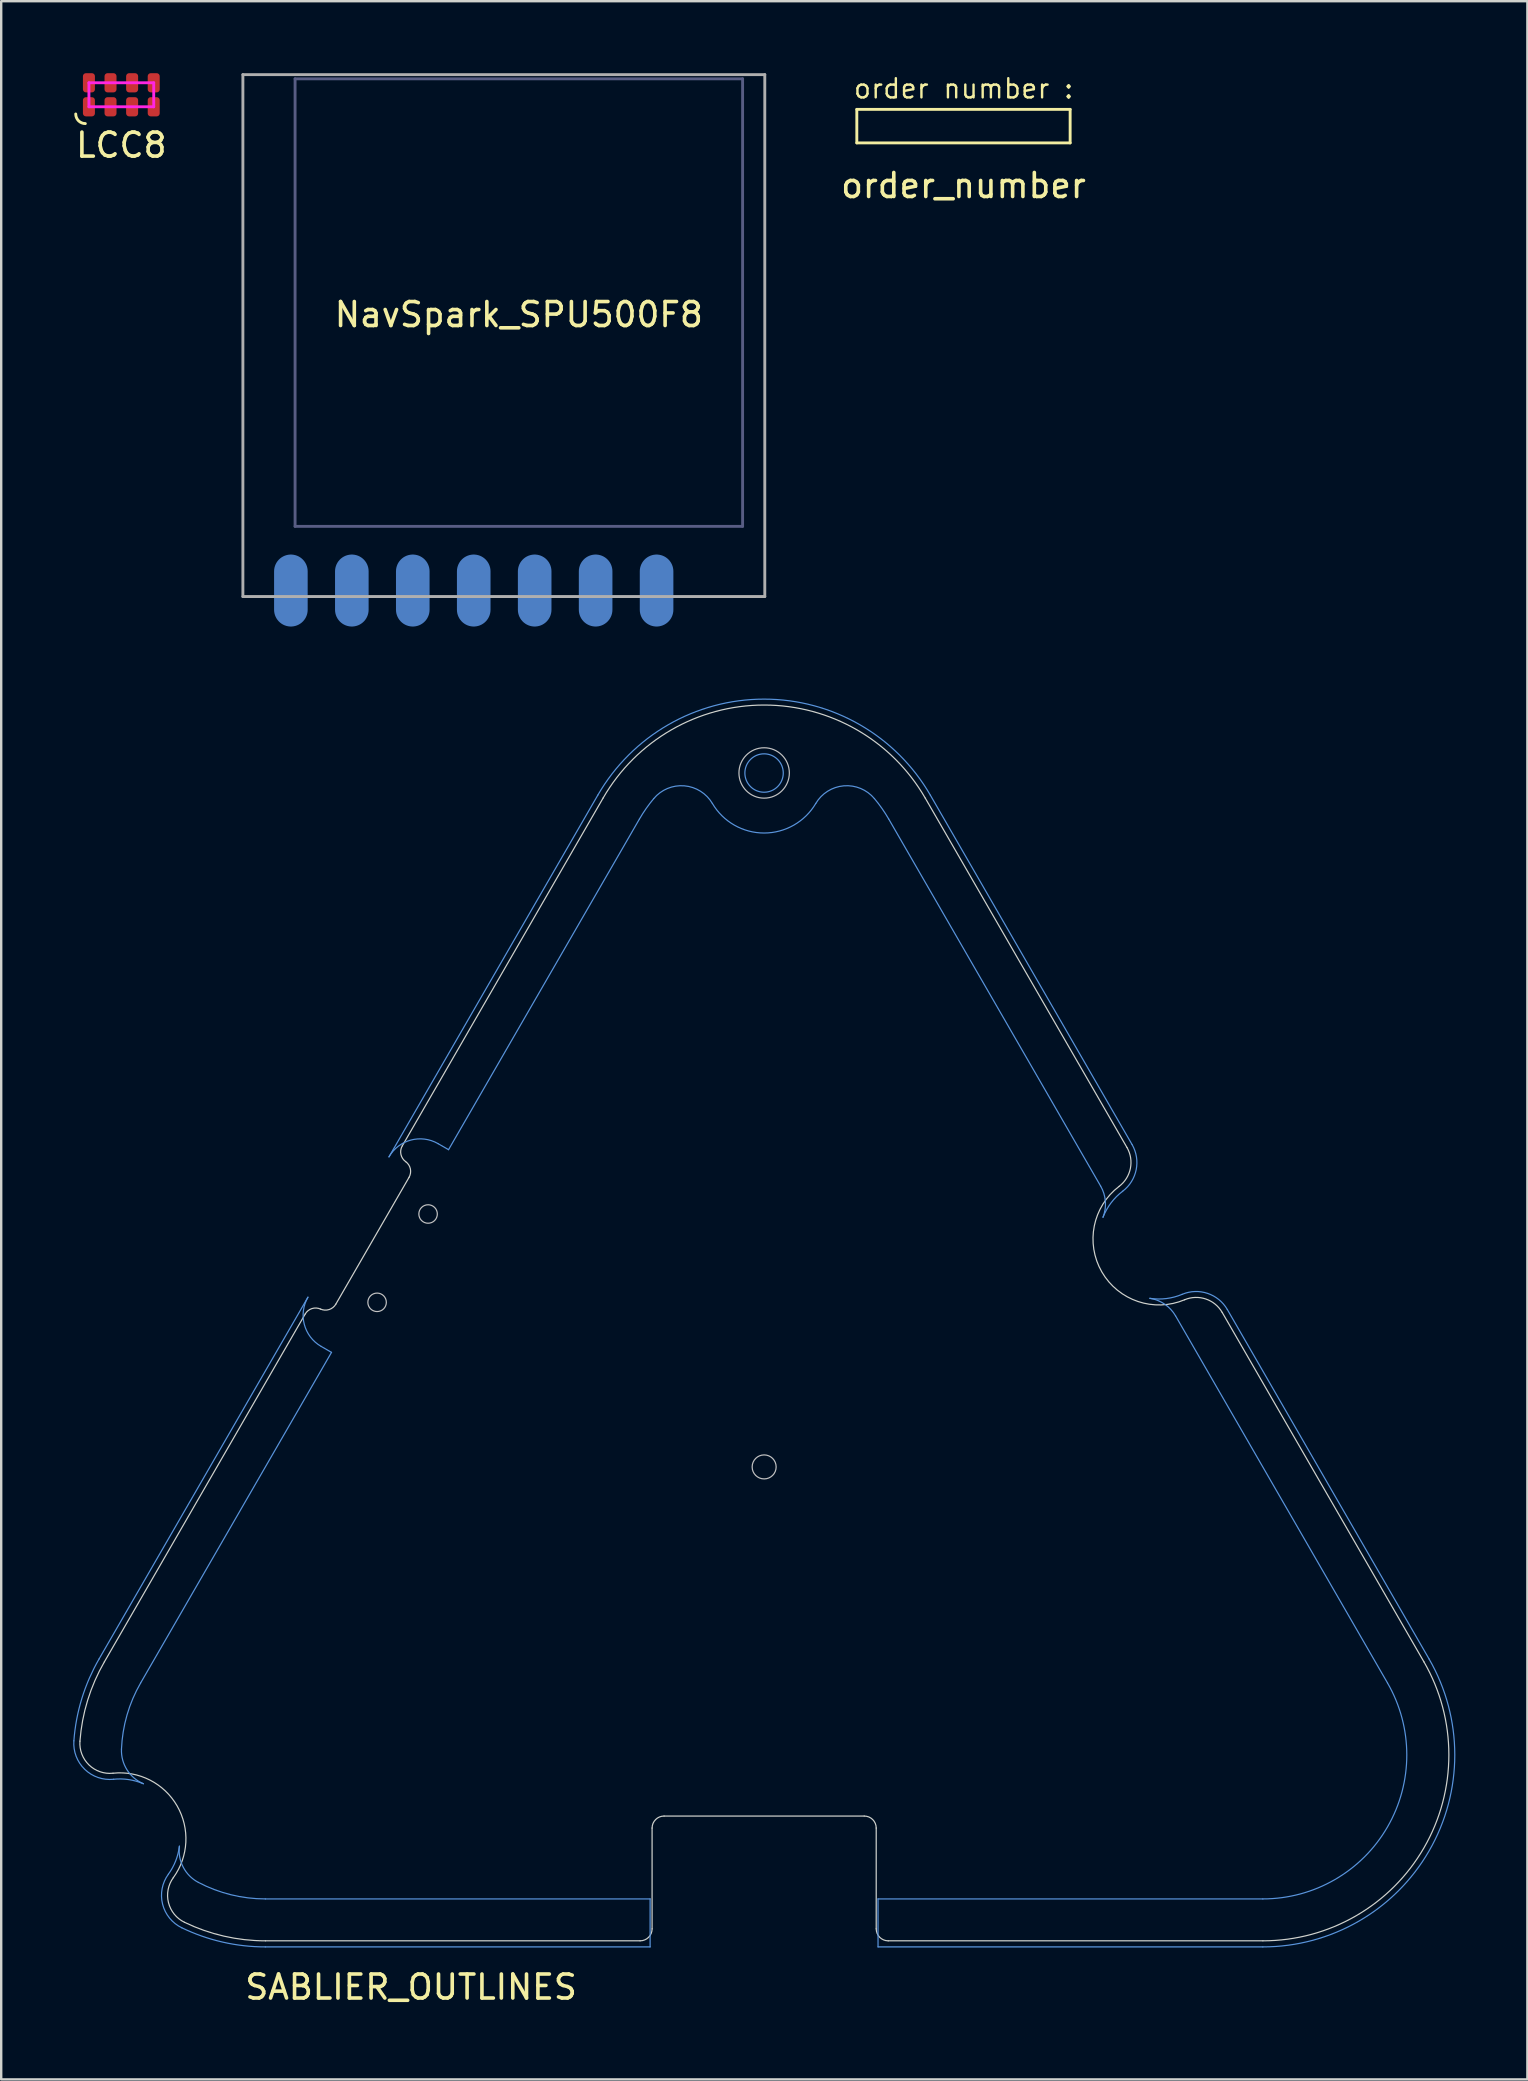
<source format=kicad_pcb>
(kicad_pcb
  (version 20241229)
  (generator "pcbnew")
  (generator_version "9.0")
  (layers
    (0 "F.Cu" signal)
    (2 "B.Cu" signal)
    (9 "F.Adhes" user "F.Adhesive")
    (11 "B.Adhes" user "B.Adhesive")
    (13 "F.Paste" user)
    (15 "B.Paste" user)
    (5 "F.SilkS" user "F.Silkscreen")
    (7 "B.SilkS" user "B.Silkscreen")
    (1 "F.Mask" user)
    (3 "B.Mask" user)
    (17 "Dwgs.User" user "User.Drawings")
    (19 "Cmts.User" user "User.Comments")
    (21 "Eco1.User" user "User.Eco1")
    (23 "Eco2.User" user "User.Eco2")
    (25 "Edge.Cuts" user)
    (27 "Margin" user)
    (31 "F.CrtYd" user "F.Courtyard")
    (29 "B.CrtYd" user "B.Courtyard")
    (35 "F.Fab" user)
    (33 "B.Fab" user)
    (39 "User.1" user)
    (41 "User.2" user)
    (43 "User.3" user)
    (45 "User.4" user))
  (footprint "order_number"
    (layer "F.Cu")
    (at 37.102 2.143)
    (property "Reference" "order_number" (at 0 2.54 0) (layer "F.SilkS") (effects (font (size 1 1) (thickness 0.15))))
    (attr through_hole)
    (fp_line (start -4.445 -0.635) (end 4.445 -0.635) (stroke (width 0.12) (type solid)) (layer "F.SilkS"))
    (fp_line (start -4.445 0.762) (end -4.445 -0.635) (stroke (width 0.12) (type solid)) (layer "F.SilkS"))
    (fp_line (start 4.445 -0.635) (end 4.445 0.762) (stroke (width 0.12) (type solid)) (layer "F.SilkS"))
    (fp_line (start 4.445 0.762) (end -4.445 0.762) (stroke (width 0.12) (type solid)) (layer "F.SilkS"))
    (fp_text user "order number :" (at 0 -1.5 0) (layer "F.SilkS") (effects (font (size 0.8 0.8) (thickness 0.1)))))
  (footprint "NavSpark_SPU500F8"
    (layer "F.Cu")
    (at 18.572 9.56)
    (property "Reference" "NavSpark_SPU500F8" (at 0 0.5 0) (layer "F.SilkS") (effects (font (size 1 1) (thickness 0.15))))
    (attr through_hole)
    (fp_line (start -9.325 -9.325) (end -9.325 9.325) (stroke (width 0.12) (type solid)) (layer "B.Fab"))
    (fp_line (start -9.325 -9.325) (end 9.325 -9.325) (stroke (width 0.12) (type solid)) (layer "B.Fab"))
    (fp_line (start 9.325 9.325) (end -9.325 9.325) (stroke (width 0.12) (type solid)) (layer "B.Fab"))
    (fp_line (start 9.325 9.325) (end 9.325 -9.325) (stroke (width 0.12) (type solid)) (layer "B.Fab"))
    (fp_line (start -11.5 -9.5) (end -11.5 12.25) (stroke (width 0.12) (type solid)) (layer "F.Fab"))
    (fp_line (start -11.5 12.25) (end 10.25 12.25) (stroke (width 0.12) (type solid)) (layer "F.Fab"))
    (fp_line (start 10.25 -9.5) (end -11.5 -9.5) (stroke (width 0.12) (type solid)) (layer "F.Fab"))
    (fp_line (start 10.25 12.25) (end 10.25 -9.5) (stroke (width 0.12) (type solid)) (layer "F.Fab"))
    (pad "1" smd oval (at -9.5 12) (size 1.4 3) (layers "B.Cu" "B.Mask" "B.Paste"))
    (pad "2" smd oval (at -6.96 12) (size 1.4 3) (layers "B.Cu" "B.Mask" "B.Paste"))
    (pad "3" smd oval (at -4.42 12) (size 1.4 3) (layers "B.Cu" "B.Mask" "B.Paste"))
    (pad "4" smd oval (at -1.88 12) (size 1.4 3) (layers "B.Cu" "B.Mask" "B.Paste"))
    (pad "5" smd oval (at 0.66 12) (size 1.4 3) (layers "B.Cu" "B.Mask" "B.Paste"))
    (pad "6" smd oval (at 3.2 12) (size 1.4 3) (layers "B.Cu" "B.Mask" "B.Paste"))
    (pad "7" smd oval (at 5.74 12) (size 1.4 3) (layers "B.Cu" "B.Mask" "B.Paste")))
  (footprint "SABLIER_OUTLINES"
    (layer "F.Cu")
    (at 28.792 58.08)
    (property "Reference" "SABLIER_OUTLINES" (at -14.71 21.68 0) (layer "F.SilkS") (effects (font (size 1 1) (thickness 0.15))))
    (attr through_hole)
    (fp_circle (center -16.127 -6.857) (end -15.742 -6.857) (stroke (width 0.05) (type solid)) (fill no) (layer "Dwgs.User"))
    (fp_circle (center -14.002 -10.538) (end -13.617 -10.538) (stroke (width 0.05) (type solid)) (fill no) (layer "Dwgs.User"))
    (fp_circle (center 0.003 -28.918) (end 1.053 -28.918) (stroke (width 0.05) (type solid)) (fill no) (layer "Dwgs.User"))
    (fp_circle (center 0.003 0.002) (end 0.503 0.002) (stroke (width 0.05) (type solid)) (fill no) (layer "Dwgs.User"))
    (fp_line (start -27.713 8.005) (end -19.009 -7.07) (stroke (width 0.05) (type solid)) (layer "Cmts.User"))
    (fp_line (start -25.981 9.005) (end -18.027 -4.771) (stroke (width 0.05) (type solid)) (layer "Cmts.User"))
    (fp_line (start -18.46 -5.021) (end -18.027 -4.771) (stroke (width 0.05) (type solid)) (layer "Cmts.User"))
    (fp_line (start -15.632 -12.919) (end -6.928 -27.995) (stroke (width 0.05) (type solid)) (layer "Cmts.User"))
    (fp_line (start -13.583 -13.468) (end -13.15 -13.218) (stroke (width 0.05) (type solid)) (layer "Cmts.User"))
    (fp_line (start -13.15 -13.218) (end -5.196 -26.995) (stroke (width 0.05) (type solid)) (layer "Cmts.User"))
    (fp_line (start -4.749 18.005) (end -20.785 18.005) (stroke (width 0.05) (type solid)) (layer "Cmts.User"))
    (fp_line (start -4.749 18.005) (end -4.749 20.005) (stroke (width 0.05) (type solid)) (layer "Cmts.User"))
    (fp_line (start -4.749 20.005) (end -20.785 20.005) (stroke (width 0.05) (type solid)) (layer "Cmts.User"))
    (fp_line (start 4.749 20.005) (end 4.749 18.005) (stroke (width 0.05) (type solid)) (layer "Cmts.User"))
    (fp_line (start 5.196 -26.995) (end 14.027 -11.699) (stroke (width 0.05) (type solid)) (layer "Cmts.User"))
    (fp_line (start 6.928 -27.995) (end 15.336 -13.432) (stroke (width 0.05) (type solid)) (layer "Cmts.User"))
    (fp_line (start 17.15 -6.29) (end 25.981 9.005) (stroke (width 0.05) (type solid)) (layer "Cmts.User"))
    (fp_line (start 19.305 -6.558) (end 27.713 8.005) (stroke (width 0.05) (type solid)) (layer "Cmts.User"))
    (fp_line (start 20.785 18.005) (end 4.749 18.005) (stroke (width 0.05) (type solid)) (layer "Cmts.User"))
    (fp_line (start 20.785 20.005) (end 4.749 20.005) (stroke (width 0.05) (type solid)) (layer "Cmts.User"))
    (fp_arc (start -28.762959 11.417234) (mid -28.430622 9.651981) (end -27.71281 8.005375) (stroke (width 0.05) (type solid)) (layer "Cmts.User"))
    (fp_arc (start -27.109431 13.01921) (mid -26.476951 13.032882) (end -25.868153 13.20488) (stroke (width 0.05) (type solid)) (layer "Cmts.User"))
    (fp_arc (start -27.10943 13.01921) (mid -28.310751 12.604833) (end -28.762959 11.417235) (stroke (width 0.05) (type solid)) (layer "Cmts.User"))
    (fp_arc (start -26.779764 11.764318) (mid -26.547792 10.336329) (end -25.98076 9.005375) (stroke (width 0.05) (type solid)) (layer "Cmts.User"))
    (fp_arc (start -25.868154 13.20488) (mid -26.5485 12.626692) (end -26.779763 11.764318) (stroke (width 0.05) (type solid)) (layer "Cmts.User"))
    (fp_arc (start -24.365182 15.808104) (mid -24.520626 16.421337) (end -24.825026 16.975916) (stroke (width 0.05) (type solid)) (layer "Cmts.User"))
    (fp_arc (start -24.264438 19.208901) (mid -25.066824 18.223479) (end -24.825026 16.975916) (stroke (width 0.05) (type solid)) (layer "Cmts.User"))
    (fp_arc (start -23.573424 17.317862) (mid -24.20463 16.686394) (end -24.365182 15.808103) (stroke (width 0.05) (type solid)) (layer "Cmts.User"))
    (fp_arc (start -20.784607 18.005375) (mid -22.220762 17.830961) (end -23.573423 17.317861) (stroke (width 0.05) (type solid)) (layer "Cmts.User"))
    (fp_arc (start -20.784607 20.005376) (mid -22.569516 19.803716) (end -24.264438 19.208901) (stroke (width 0.05) (type solid)) (layer "Cmts.User"))
    (fp_arc (start -18.46 -5.020962) (mid -19.158889 -5.931772) (end -19.009038 -7.07) (stroke (width 0.05) (type solid)) (layer "Cmts.User"))
    (fp_arc (start -15.631973 -12.919247) (mid -14.721163 -13.618136) (end -13.582935 -13.468285) (stroke (width 0.05) (type solid)) (layer "Cmts.User"))
    (fp_arc (start -6.928201 -27.994624) (mid 0.000002 -31.994624) (end 6.928205 -27.994624) (stroke (width 0.05) (type solid)) (layer "Cmts.User"))
    (fp_arc (start -5.19615 -26.994623) (mid -4.915226 -27.43563) (end -4.596973 -27.850504) (stroke (width 0.05) (type solid)) (layer "Cmts.User"))
    (fp_arc (start -4.596973 -27.850504) (mid -3.323207 -28.381356) (end -2.15483 -27.647068) (stroke (width 0.05) (type solid)) (layer "Cmts.User"))
    (fp_arc (start 2.154834 -27.647068) (mid 0.000002 -26.414624) (end -2.15483 -27.647068) (stroke (width 0.05) (type solid)) (layer "Cmts.User"))
    (fp_arc (start 2.154834 -27.647068) (mid 3.323211 -28.381356) (end 4.596977 -27.850504) (stroke (width 0.05) (type solid)) (layer "Cmts.User"))
    (fp_arc (start 4.596977 -27.850505) (mid 4.91523 -27.435631) (end 5.196154 -26.994624) (stroke (width 0.05) (type solid)) (layer "Cmts.User"))
    (fp_arc (start 14.027209 -11.698788) (mid 14.223868 -11.062329) (end 14.125539 -10.403476) (stroke (width 0.05) (type solid)) (layer "Cmts.User"))
    (fp_arc (start 14.125538 -10.403476) (mid 14.459696 -11.001548) (end 14.943655 -11.486456) (stroke (width 0.05) (type solid)) (layer "Cmts.User"))
    (fp_arc (start 15.336196 -13.431555) (mid 15.507515 -12.384822) (end 14.943655 -11.486456) (stroke (width 0.05) (type solid)) (layer "Cmts.User"))
    (fp_arc (start 16.0771 -7.023271) (mid 16.696847 -6.779001) (end 17.149708 -6.29046) (stroke (width 0.05) (type solid)) (layer "Cmts.User"))
    (fp_arc (start 17.424047 -7.190291) (mid 16.762125 -7.013624) (end 16.0771 -7.023271) (stroke (width 0.05) (type solid)) (layer "Cmts.User"))
    (fp_arc (start 17.424047 -7.190291) (mid 18.483985 -7.229425) (end 19.304823 -6.557692) (stroke (width 0.05) (type solid)) (layer "Cmts.User"))
    (fp_arc (start 25.980763 9.005376) (mid 25.980763 15.005376) (end 20.784611 18.005376) (stroke (width 0.05) (type solid)) (layer "Cmts.User"))
    (fp_arc (start 27.712814 8.005376) (mid 27.712814 16.005376) (end 20.784611 20.005376) (stroke (width 0.05) (type solid)) (layer "Cmts.User"))
    (fp_circle (center 0.000002 -28.915) (end 0.8 -28.915) (stroke (width 0.05) (type solid)) (fill no) (layer "Cmts.User"))
    (fp_line (start -20.781 19.752) (end -5.167 19.752) (stroke (width 0.05) (type solid)) (layer "Edge.Cuts"))
    (fp_line (start -19.123 -6.37) (end -27.493 8.127) (stroke (width 0.05) (type solid)) (layer "Edge.Cuts"))
    (fp_line (start -17.846 -6.782) (end -14.796 -12.064) (stroke (width 0.05) (type solid)) (layer "Edge.Cuts"))
    (fp_line (start -6.708 -27.873) (end -15.078 -13.376) (stroke (width 0.05) (type solid)) (layer "Edge.Cuts"))
    (fp_line (start -4.667 15.052) (end -4.667 19.252) (stroke (width 0.05) (type solid)) (layer "Edge.Cuts"))
    (fp_line (start 4.173 14.552) (end -4.167 14.552) (stroke (width 0.05) (type solid)) (layer "Edge.Cuts"))
    (fp_line (start 4.673 19.252) (end 4.673 15.052) (stroke (width 0.05) (type solid)) (layer "Edge.Cuts"))
    (fp_line (start 5.173 19.752) (end 20.788 19.752) (stroke (width 0.05) (type solid)) (layer "Edge.Cuts"))
    (fp_line (start 15.123 -13.31) (end 6.715 -27.873) (stroke (width 0.05) (type solid)) (layer "Edge.Cuts"))
    (fp_line (start 27.5 8.127) (end 19.092 -6.436) (stroke (width 0.05) (type solid)) (layer "Edge.Cuts"))
    (fp_arc (start -28.510155 11.432176) (mid -28.188204 9.722087) (end -27.492824 8.126937) (stroke (width 0.05) (type solid)) (layer "Edge.Cuts"))
    (fp_arc (start -27.132215 12.767155) (mid -28.133315 12.42184) (end -28.510155 11.432176) (stroke (width 0.05) (type solid)) (layer "Edge.Cuts"))
    (fp_arc (start -27.132215 12.767157) (mid -24.461736 14.126938) (end -24.61937 17.119532) (stroke (width 0.05) (type solid)) (layer "Edge.Cuts"))
    (fp_arc (start -24.152213 18.980353) (mid -24.820868 18.159168) (end -24.61937 17.119532) (stroke (width 0.05) (type solid)) (layer "Edge.Cuts"))
    (fp_arc (start -20.781127 19.751938) (mid -22.510257 19.55658) (end -24.152213 18.980353) (stroke (width 0.05) (type solid)) (layer "Edge.Cuts"))
    (fp_arc (start -19.123013 -6.369999) (mid -18.843426 -6.595878) (end -18.484555 -6.575842) (stroke (width 0.05) (type solid)) (layer "Edge.Cuts"))
    (fp_arc (start -17.846097 -6.781684) (mid -18.125684 -6.555806) (end -18.484555 -6.575842) (stroke (width 0.05) (type solid)) (layer "Edge.Cuts"))
    (fp_arc (start -14.937061 -12.720281) (mid -15.133849 -13.021054) (end -15.078026 -13.376123) (stroke (width 0.05) (type solid)) (layer "Edge.Cuts"))
    (fp_arc (start -14.937061 -12.720281) (mid -14.740273 -12.419508) (end -14.796096 -12.064439) (stroke (width 0.05) (type solid)) (layer "Edge.Cuts"))
    (fp_arc (start -6.708214 -27.873061) (mid 0.003482 -31.748061) (end 6.715178 -27.873062) (stroke (width 0.05) (type solid)) (layer "Edge.Cuts"))
    (fp_arc (start -4.666519 19.251938) (mid -4.812965 19.605491) (end -5.166518 19.751937) (stroke (width 0.05) (type solid)) (layer "Edge.Cuts"))
    (fp_arc (start -4.666518 15.051938) (mid -4.520071 14.698385) (end -4.166518 14.551938) (stroke (width 0.05) (type solid)) (layer "Edge.Cuts"))
    (fp_arc (start 4.173482 14.551938) (mid 4.527035 14.698385) (end 4.673482 15.051938) (stroke (width 0.05) (type solid)) (layer "Edge.Cuts"))
    (fp_arc (start 5.173482 19.751939) (mid 4.819928 19.605492) (end 4.673481 19.251938) (stroke (width 0.05) (type solid)) (layer "Edge.Cuts"))
    (fp_arc (start 15.12317 -13.309993) (mid 15.265936 -12.437715) (end 14.796052 -11.689077) (stroke (width 0.05) (type solid)) (layer "Edge.Cuts"))
    (fp_arc (start 17.524484 -6.963297) (mid 14.076395 -8.123062) (end 14.796052 -11.689077) (stroke (width 0.05) (type solid)) (layer "Edge.Cuts"))
    (fp_arc (start 17.524484 -6.963296) (mid 18.407765 -6.995907) (end 19.091797 -6.43613) (stroke (width 0.05) (type solid)) (layer "Edge.Cuts"))
    (fp_arc (start 27.499787 8.126939) (mid 27.499787 15.876938) (end 20.788091 19.751937) (stroke (width 0.05) (type solid)) (layer "Edge.Cuts")))
  (footprint "LCC8"
    (layer "F.Cu")
    (at 2.006 1)
    (property "Reference" "LCC8" (at 0 2 0) (layer "F.SilkS") (effects (font (size 1 1) (thickness 0.15))))
    (attr through_hole)
    (fp_arc (start -1.5 1.1) (mid -1.782843 0.982843) (end -1.9 0.7) (stroke (width 0.12) (type solid)) (layer "F.SilkS"))
    (fp_line (start -1.35 -0.6) (end 1.35 -0.6) (stroke (width 0.12) (type solid)) (layer "F.CrtYd"))
    (fp_line (start -1.35 0.4) (end -1.35 -0.6) (stroke (width 0.12) (type solid)) (layer "F.CrtYd"))
    (fp_line (start 1.35 -0.6) (end 1.35 0.4) (stroke (width 0.12) (type solid)) (layer "F.CrtYd"))
    (fp_line (start 1.35 0.4) (end -1.35 0.4) (stroke (width 0.12) (type solid)) (layer "F.CrtYd"))
    (pad "1" smd roundrect (at -1.35 0.4) (size 0.5 0.8) (layers "F.Cu" "F.Mask" "F.Paste") (roundrect_rratio 0.25))
    (pad "2" smd roundrect (at -0.45 0.4) (size 0.5 0.8) (layers "F.Cu" "F.Mask" "F.Paste") (roundrect_rratio 0.25))
    (pad "3" smd roundrect (at 0.45 0.4) (size 0.5 0.8) (layers "F.Cu" "F.Mask" "F.Paste") (roundrect_rratio 0.25))
    (pad "4" smd roundrect (at 1.35 0.4) (size 0.5 0.8) (layers "F.Cu" "F.Mask" "F.Paste") (roundrect_rratio 0.25))
    (pad "5" smd roundrect (at 1.35 -0.6) (size 0.5 0.8) (layers "F.Cu" "F.Mask" "F.Paste") (roundrect_rratio 0.25))
    (pad "6" smd roundrect (at 0.45 -0.6) (size 0.5 0.8) (layers "F.Cu" "F.Mask" "F.Paste") (roundrect_rratio 0.25))
    (pad "7" smd roundrect (at -0.45 -0.6) (size 0.5 0.8) (layers "F.Cu" "F.Mask" "F.Paste") (roundrect_rratio 0.25))
    (pad "8" smd roundrect (at -1.35 -0.6) (size 0.5 0.8) (layers "F.Cu" "F.Mask" "F.Paste") (roundrect_rratio 0.25)))
  (gr_rect
    (start -3 -3)
    (end 60.602 83.608)
    (stroke (width 0.1) (type default))
    (fill no)
    (layer "Edge.Cuts")))
</source>
